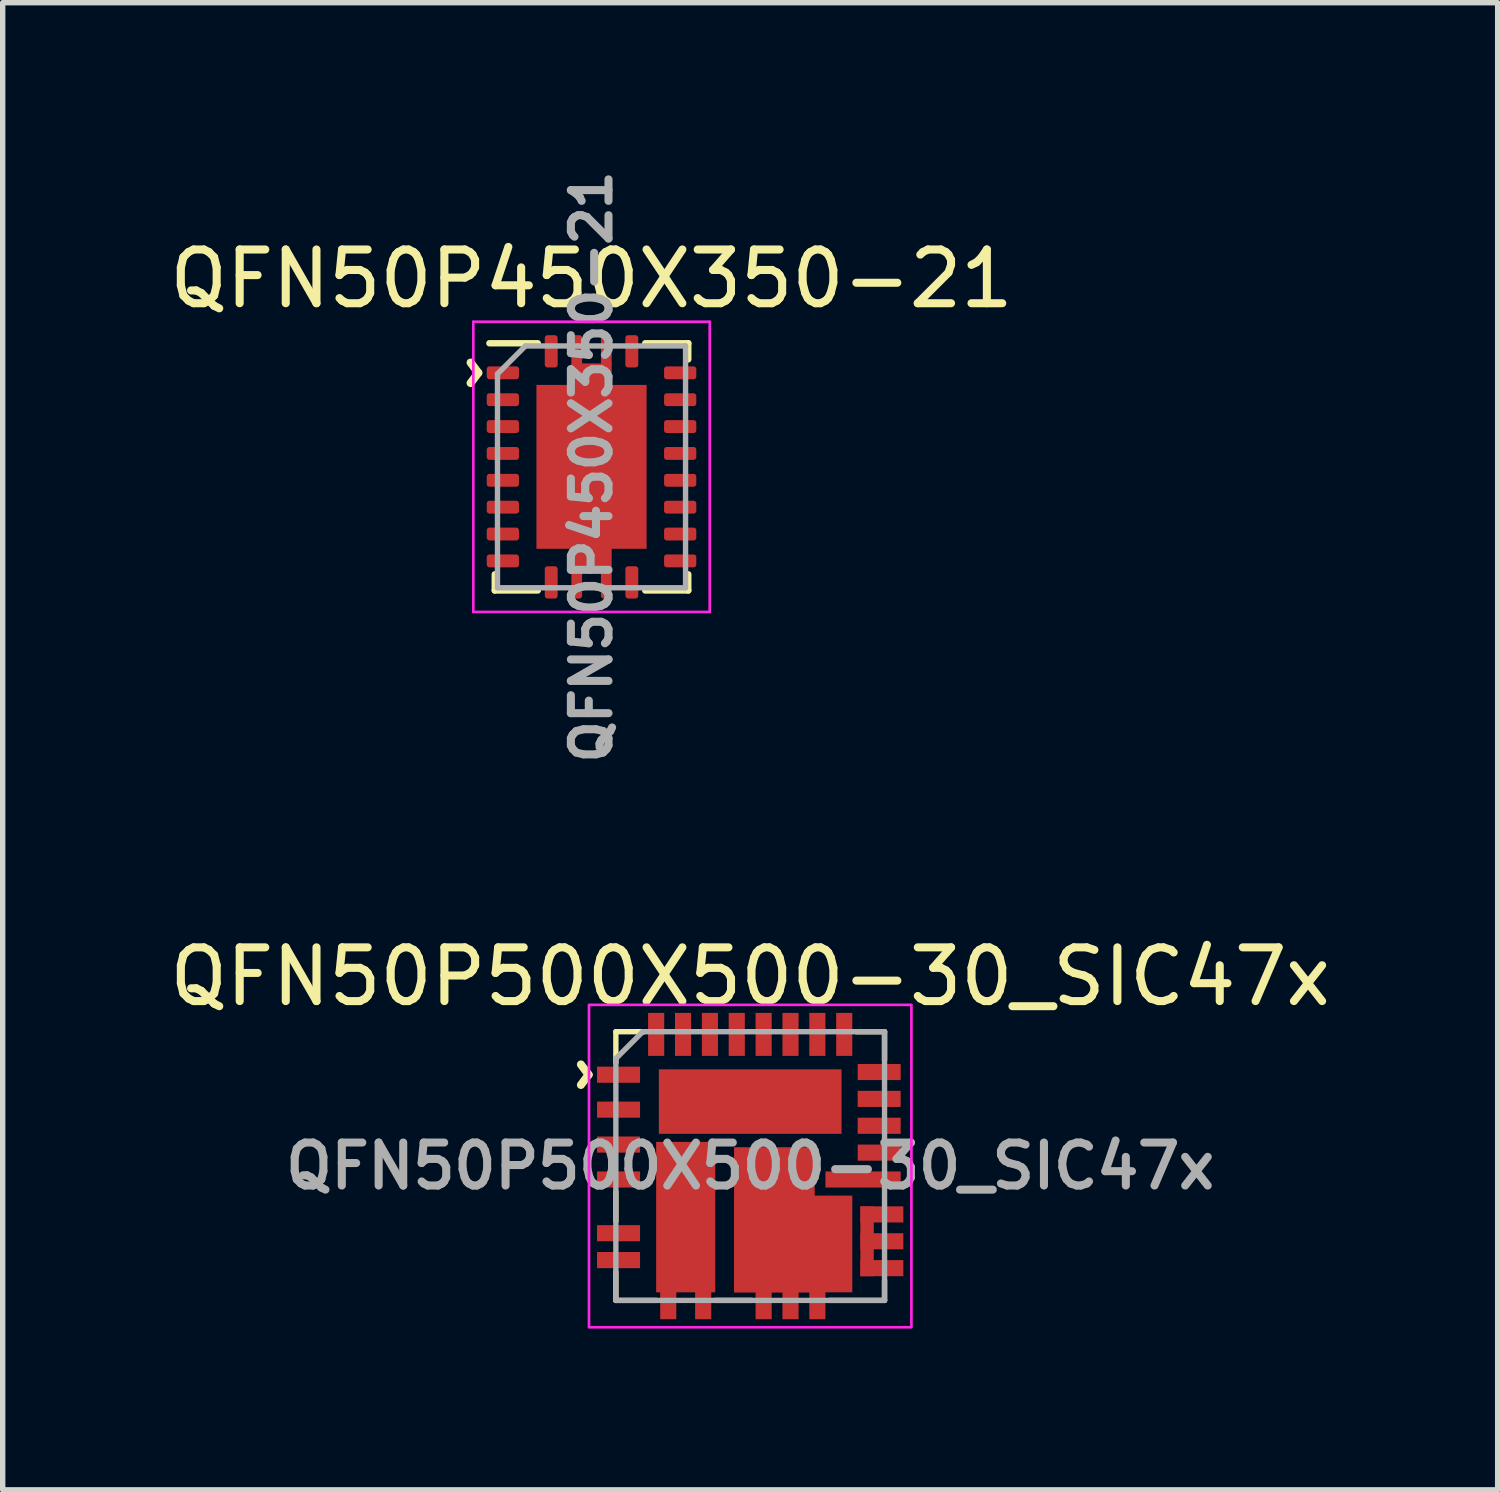
<source format=kicad_pcb>
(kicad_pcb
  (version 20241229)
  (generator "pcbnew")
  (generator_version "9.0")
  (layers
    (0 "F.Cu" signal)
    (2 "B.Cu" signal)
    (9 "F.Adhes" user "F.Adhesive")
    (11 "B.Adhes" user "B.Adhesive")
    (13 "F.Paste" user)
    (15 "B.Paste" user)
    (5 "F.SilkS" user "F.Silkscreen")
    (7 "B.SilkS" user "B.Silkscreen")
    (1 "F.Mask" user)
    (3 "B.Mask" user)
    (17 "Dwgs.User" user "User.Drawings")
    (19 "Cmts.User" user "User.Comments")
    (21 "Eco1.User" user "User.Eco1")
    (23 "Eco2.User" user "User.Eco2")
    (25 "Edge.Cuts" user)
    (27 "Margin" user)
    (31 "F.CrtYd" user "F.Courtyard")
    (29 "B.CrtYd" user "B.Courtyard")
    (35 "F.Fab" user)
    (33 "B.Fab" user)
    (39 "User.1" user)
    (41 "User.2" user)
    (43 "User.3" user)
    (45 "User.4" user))
  (footprint "QFN50P500X500-30_SIC47x"
    (layer "F.Cu")
    (at 10.911 18.65)
    (property "Reference" "QFN50P500X500-30_SIC47x" (at 0 -3.525 0) (unlocked yes) (layer "F.SilkS") (effects (font (size 1 1) (thickness 0.15))))
    (fp_line (start -2.5 -2.5) (end -2.5 -1.925) (stroke (width 0.1) (type solid)) (layer "F.SilkS"))
    (fp_line (start -2.5 0.475) (end -2.5 1.025) (stroke (width 0.1) (type solid)) (layer "F.SilkS"))
    (fp_line (start -2.5 1.975) (end -2.5 2.5) (stroke (width 0.1) (type solid)) (layer "F.SilkS"))
    (fp_line (start -2.5 2.5) (end -1.75 2.5) (stroke (width 0.1) (type solid)) (layer "F.SilkS"))
    (fp_line (start -1.975 -2.5) (end -2.5 -2.5) (stroke (width 0.1) (type solid)) (layer "F.SilkS"))
    (fp_line (start -0.65 2.5) (end 0.025 2.5) (stroke (width 0.1) (type solid)) (layer "F.SilkS"))
    (fp_line (start 1.975 -2.5) (end 2.5 -2.5) (stroke (width 0.1) (type solid)) (layer "F.SilkS"))
    (fp_line (start 2.5 -2.5) (end 2.5 -1.975) (stroke (width 0.1) (type solid)) (layer "F.SilkS"))
    (fp_line (start 2.5 2.125) (end 2.5 2.5) (stroke (width 0.1) (type solid)) (layer "F.SilkS"))
    (fp_line (start 2.5 2.5) (end 1.475 2.5) (stroke (width 0.1) (type solid)) (layer "F.SilkS"))
    (fp_rect (start -3 -3) (end 3 3) (stroke (width 0.05) (type solid)) (fill no) (layer "F.CrtYd"))
    (fp_line (start -2.5 2.5) (end -2.5 -2) (stroke (width 0.1) (type solid)) (layer "F.Fab"))
    (fp_line (start -2 -2.5) (end -2.5 -2) (stroke (width 0.1) (type solid)) (layer "F.Fab"))
    (fp_line (start -2 -2.5) (end 2.5 -2.5) (stroke (width 0.1) (type solid)) (layer "F.Fab"))
    (fp_line (start 2.5 -2.5) (end 2.5 2.5) (stroke (width 0.1) (type solid)) (layer "F.Fab"))
    (fp_line (start 2.5 2.5) (end -2.5 2.5) (stroke (width 0.1) (type solid)) (layer "F.Fab"))
    (fp_text user "^" (at -3.6 -1.7 270) (unlocked yes) (layer "F.SilkS") (effects (font (size 1 1) (thickness 0.15))))
    (fp_text user "${REFERENCE}" (at 0 0 0) (layer "F.Fab") (effects (font (size 0.8 0.8) (thickness 0.15))))
    (pad "" smd roundrect (at -1.2 -1.15) (size 1 1) (layers "F.Paste") (roundrect_rratio 0.25))
    (pad "" smd roundrect (at -1.2 0.175) (size 0.975 1) (layers "F.Paste") (roundrect_rratio 0.25))
    (pad "" smd roundrect (at -1.175 1.375) (size 0.95 1) (layers "F.Paste") (roundrect_rratio 0.25))
    (pad "" smd roundrect (at 0 -1.15) (size 1 1) (layers "F.Paste") (roundrect_rratio 0.25))
    (pad "" smd roundrect (at 0.2 1.375) (size 1 1) (layers "F.Paste") (roundrect_rratio 0.25))
    (pad "" smd roundrect (at 0.475 0.175) (size 1 1) (layers "F.Paste") (roundrect_rratio 0.25))
    (pad "" smd roundrect (at 1.2 -1.15) (size 1 1) (layers "F.Paste") (roundrect_rratio 0.25))
    (pad "" smd roundrect (at 1.4 1.375) (size 0.925 1) (layers "F.Paste") (roundrect_rratio 0.25))
    (pad "1" smd rect (at -2.45 -1.7) (size 0.8 0.3) (layers "F.Cu" "F.Mask" "F.Paste"))
    (pad "2" smd rect (at -2.45 -1.05) (size 0.8 0.3) (layers "F.Cu" "F.Mask" "F.Paste"))
    (pad "3" smd rect (at -2.45 -0.4) (size 0.8 0.3) (layers "F.Cu" "F.Mask" "F.Paste"))
    (pad "4" smd rect (at -2.45 0.25) (size 0.8 0.3) (layers "F.Cu" "F.Mask" "F.Paste"))
    (pad "5" smd rect (at -2.45 1.25) (size 0.8 0.3) (layers "F.Cu" "F.Mask" "F.Paste"))
    (pad "6" smd rect (at -2.45 1.75) (size 0.8 0.3) (layers "F.Cu" "F.Mask" "F.Paste"))
    (pad "7" smd rect (at -1.525 2.45 270) (size 0.8 0.3) (layers "F.Cu" "F.Mask" "F.Paste"))
    (pad "8" smd rect (at -0.875 2.45 270) (size 0.8 0.3) (layers "F.Cu" "F.Mask" "F.Paste"))
    (pad "9" smd rect (at 0.25 2.45 270) (size 0.8 0.3) (layers "F.Cu" "F.Mask" "F.Paste"))
    (pad "10" smd rect (at 0.75 2.45 270) (size 0.8 0.3) (layers "F.Cu" "F.Mask" "F.Paste"))
    (pad "11" smd rect (at 1.25 2.45 270) (size 0.8 0.3) (layers "F.Cu" "F.Mask" "F.Paste"))
    (pad "12" smd rect (at 2.175 1.4) (size 0.25 1.3) (layers "F.Cu" "F.Mask"))
    (pad "12" smd rect (at 2.45 1.9 180) (size 0.8 0.3) (layers "F.Cu" "F.Mask" "F.Paste"))
    (pad "13" smd rect (at 2.45 1.4 180) (size 0.8 0.3) (layers "F.Cu" "F.Mask" "F.Paste"))
    (pad "14" smd rect (at 2.45 0.9 180) (size 0.8 0.3) (layers "F.Cu" "F.Mask" "F.Paste"))
    (pad "15" smd rect (at 2.1 0.25 180) (size 1.4 0.3) (layers "F.Cu" "F.Mask" "F.Paste"))
    (pad "16" smd rect (at 2.4 -0.25 180) (size 0.8 0.3) (layers "F.Cu" "F.Mask" "F.Paste"))
    (pad "17" smd rect (at 2.4 -0.75 180) (size 0.8 0.3) (layers "F.Cu" "F.Mask" "F.Paste"))
    (pad "18" smd rect (at 2.4 -1.25 180) (size 0.8 0.3) (layers "F.Cu" "F.Mask" "F.Paste"))
    (pad "19" smd rect (at 2.4 -1.75 180) (size 0.8 0.3) (layers "F.Cu" "F.Mask" "F.Paste"))
    (pad "20" smd rect (at 1.75 -2.45 270) (size 0.8 0.3) (layers "F.Cu" "F.Mask" "F.Paste"))
    (pad "21" smd rect (at 1.25 -2.45 270) (size 0.8 0.3) (layers "F.Cu" "F.Mask" "F.Paste"))
    (pad "22" smd rect (at 0.75 -2.45 90) (size 0.8 0.3) (layers "F.Cu" "F.Mask" "F.Paste"))
    (pad "23" smd rect (at 0.25 -2.45 90) (size 0.8 0.3) (layers "F.Cu" "F.Mask" "F.Paste"))
    (pad "24" smd rect (at -0.25 -2.45 90) (size 0.8 0.3) (layers "F.Cu" "F.Mask" "F.Paste"))
    (pad "25" smd rect (at -0.75 -2.45 90) (size 0.8 0.3) (layers "F.Cu" "F.Mask" "F.Paste"))
    (pad "26" smd rect (at -1.25 -2.45 90) (size 0.8 0.3) (layers "F.Cu" "F.Mask" "F.Paste"))
    (pad "27" smd rect (at -1.75 -2.45 270) (size 0.8 0.3) (layers "F.Cu" "F.Mask" "F.Paste"))
    (pad "28" smd rect (at 0 -1.2 90) (size 1.2 3.4) (layers "F.Cu" "F.Mask"))
    (pad "29" smd rect (at -1.2 0.95) (size 1.1 2.8) (layers "F.Cu" "F.Mask"))
    (pad "30" smd rect (at 0.45 1) (size 1.5 2.7) (layers "F.Cu" "F.Mask"))
    (pad "30" smd rect (at 0.8 1.45) (size 2.2 1.8) (layers "F.Cu" "F.Mask")))
  (footprint "QFN50P450X350-21"
    (layer "F.Cu")
    (at 7.958 5.638)
    (property "Reference" "QFN50P450X350-21" (at 0 -3.5 0) (layer "F.SilkS") (effects (font (size 1 1) (thickness 0.15))))
    (attr smd)
    (fp_line (start -1.9 -2.3) (end -1 -2.3) (stroke (width 0.12) (type solid)) (layer "F.SilkS"))
    (fp_line (start -1.8 2) (end -1.8 2.3) (stroke (width 0.12) (type solid)) (layer "F.SilkS"))
    (fp_line (start -1.8 2.3) (end -1 2.3) (stroke (width 0.12) (type solid)) (layer "F.SilkS"))
    (fp_line (start 1 -2.3) (end 1.8 -2.3) (stroke (width 0.12) (type solid)) (layer "F.SilkS"))
    (fp_line (start 1 2.3) (end 1.8 2.3) (stroke (width 0.12) (type solid)) (layer "F.SilkS"))
    (fp_line (start 1.8 -2.3) (end 1.8 -2) (stroke (width 0.12) (type solid)) (layer "F.SilkS"))
    (fp_line (start 1.8 2) (end 1.8 2.3) (stroke (width 0.12) (type solid)) (layer "F.SilkS"))
    (fp_line (start -2.2 -2.7) (end -2.2 2.7) (stroke (width 0.05) (type solid)) (layer "F.CrtYd"))
    (fp_line (start -2.2 -2.7) (end 2.2 -2.7) (stroke (width 0.05) (type solid)) (layer "F.CrtYd"))
    (fp_line (start -2.2 2.7) (end 2.2 2.7) (stroke (width 0.05) (type solid)) (layer "F.CrtYd"))
    (fp_line (start 2.2 -2.7) (end 2.2 2.7) (stroke (width 0.05) (type solid)) (layer "F.CrtYd"))
    (fp_line (start -1.75 -1.73) (end -1.75 2.25) (stroke (width 0.1) (type solid)) (layer "F.Fab"))
    (fp_line (start -1.75 -1.73) (end -1.23 -2.25) (stroke (width 0.1) (type solid)) (layer "F.Fab"))
    (fp_line (start -1.75 2.25) (end 1.75 2.25) (stroke (width 0.1) (type solid)) (layer "F.Fab"))
    (fp_line (start -1.23 -2.25) (end 1.75 -2.25) (stroke (width 0.1) (type solid)) (layer "F.Fab"))
    (fp_line (start 1.75 -2.25) (end 1.75 2.25) (stroke (width 0.1) (type solid)) (layer "F.Fab"))
    (fp_text user "^" (at -2.7 -1.75 270) (unlocked yes) (layer "F.SilkS") (effects (font (size 1 1) (thickness 0.15))))
    (fp_text user "${REFERENCE}" (at 0 0 90) (layer "F.Fab") (effects (font (size 0.7 0.7) (thickness 0.15))))
    (pad "" smd rect (at -0.56 -1.05) (size 0.92 0.85) (layers "F.Paste"))
    (pad "" smd rect (at -0.56 0) (size 0.92 0.85) (layers "F.Paste"))
    (pad "" smd rect (at -0.56 1.05) (size 0.92 0.85) (layers "F.Paste"))
    (pad "" smd rect (at 0 -1.8) (size 0.75 0.25) (layers "F.Paste"))
    (pad "" smd rect (at 0 1.8) (size 0.75 0.25) (layers "F.Paste"))
    (pad "" smd rect (at 0.56 -1.05) (size 0.92 0.85) (layers "F.Paste"))
    (pad "" smd rect (at 0.56 0) (size 0.92 0.85) (layers "F.Paste"))
    (pad "" smd rect (at 0.56 1.05) (size 0.92 0.85) (layers "F.Paste"))
    (pad "1" smd roundrect (at -0.75 -2.15) (size 0.24 0.6) (layers "F.Cu" "F.Mask" "F.Paste") (roundrect_rratio 0.21))
    (pad "2" smd roundrect (at -1.65 -1.75) (size 0.6 0.24) (layers "F.Cu" "F.Mask" "F.Paste") (roundrect_rratio 0.21))
    (pad "3" smd roundrect (at -1.65 -1.25) (size 0.6 0.24) (layers "F.Cu" "F.Mask" "F.Paste") (roundrect_rratio 0.21))
    (pad "4" smd roundrect (at -1.65 -0.75) (size 0.6 0.24) (layers "F.Cu" "F.Mask" "F.Paste") (roundrect_rratio 0.21))
    (pad "5" smd roundrect (at -1.65 -0.25) (size 0.6 0.24) (layers "F.Cu" "F.Mask" "F.Paste") (roundrect_rratio 0.21))
    (pad "6" smd roundrect (at -1.65 0.25) (size 0.6 0.24) (layers "F.Cu" "F.Mask" "F.Paste") (roundrect_rratio 0.21))
    (pad "7" smd roundrect (at -1.65 0.75) (size 0.6 0.24) (layers "F.Cu" "F.Mask" "F.Paste") (roundrect_rratio 0.21))
    (pad "8" smd roundrect (at -1.65 1.25) (size 0.6 0.24) (layers "F.Cu" "F.Mask" "F.Paste") (roundrect_rratio 0.21))
    (pad "9" smd roundrect (at -1.65 1.75) (size 0.6 0.24) (layers "F.Cu" "F.Mask" "F.Paste") (roundrect_rratio 0.21))
    (pad "10" smd roundrect (at -0.75 2.15) (size 0.24 0.6) (layers "F.Cu" "F.Mask" "F.Paste") (roundrect_rratio 0.21))
    (pad "11" smd roundrect (at 0.75 2.15) (size 0.24 0.6) (layers "F.Cu" "F.Mask" "F.Paste") (roundrect_rratio 0.21))
    (pad "12" smd roundrect (at 1.65 1.75) (size 0.6 0.24) (layers "F.Cu" "F.Mask" "F.Paste") (roundrect_rratio 0.21))
    (pad "13" smd roundrect (at 1.65 1.25) (size 0.6 0.24) (layers "F.Cu" "F.Mask" "F.Paste") (roundrect_rratio 0.21))
    (pad "14" smd roundrect (at 1.65 0.75) (size 0.6 0.24) (layers "F.Cu" "F.Mask" "F.Paste") (roundrect_rratio 0.21))
    (pad "15" smd roundrect (at 1.65 0.25) (size 0.6 0.24) (layers "F.Cu" "F.Mask" "F.Paste") (roundrect_rratio 0.21))
    (pad "16" smd roundrect (at 1.65 -0.25) (size 0.6 0.24) (layers "F.Cu" "F.Mask" "F.Paste") (roundrect_rratio 0.21))
    (pad "17" smd roundrect (at 1.65 -0.75) (size 0.6 0.24) (layers "F.Cu" "F.Mask" "F.Paste") (roundrect_rratio 0.21))
    (pad "18" smd roundrect (at 1.65 -1.25) (size 0.6 0.24) (layers "F.Cu" "F.Mask" "F.Paste") (roundrect_rratio 0.21))
    (pad "19" smd roundrect (at 1.65 -1.75) (size 0.6 0.24) (layers "F.Cu" "F.Mask" "F.Paste") (roundrect_rratio 0.21))
    (pad "20" smd roundrect (at 0.75 -2.15) (size 0.24 0.6) (layers "F.Cu" "F.Mask" "F.Paste") (roundrect_rratio 0.21))
    (pad "21" smd roundrect (at -0.275 -2.15) (size 0.2 0.6) (layers "F.Cu" "F.Mask" "F.Paste") (roundrect_rratio 0.25))
    (pad "21" smd roundrect (at -0.275 2.15) (size 0.2 0.6) (layers "F.Cu" "F.Mask" "F.Paste") (roundrect_rratio 0.25))
    (pad "21" smd custom (at 0 0) (size 1.524 1.524) (layers "F.Cu" "F.Mask") (options (anchor rect)) (primitives (gr_poly (pts (xy 1.025 1.525) (xy 1.025 -1.525) (xy 0.375 -1.525) (xy 0.375 -1.925) (xy -0.375 -1.925) (xy -0.375 -1.525) (xy -1.025 -1.525) (xy -1.025 1.525) (xy -0.375 1.525) (xy -0.375 1.925) (xy 0.375 1.925) (xy 0.375 1.525)) (width 0) (fill yes))))
    (pad "21" smd roundrect (at 0.275 -2.15) (size 0.2 0.6) (layers "F.Cu" "F.Mask" "F.Paste") (roundrect_rratio 0.25))
    (pad "21" smd roundrect (at 0.275 2.15) (size 0.2 0.6) (layers "F.Cu" "F.Mask" "F.Paste") (roundrect_rratio 0.25)))
  (gr_rect
    (start -3 -3)
    (end 24.821 24.675)
    (stroke (width 0.1) (type default))
    (fill no)
    (layer "Edge.Cuts")))
</source>
